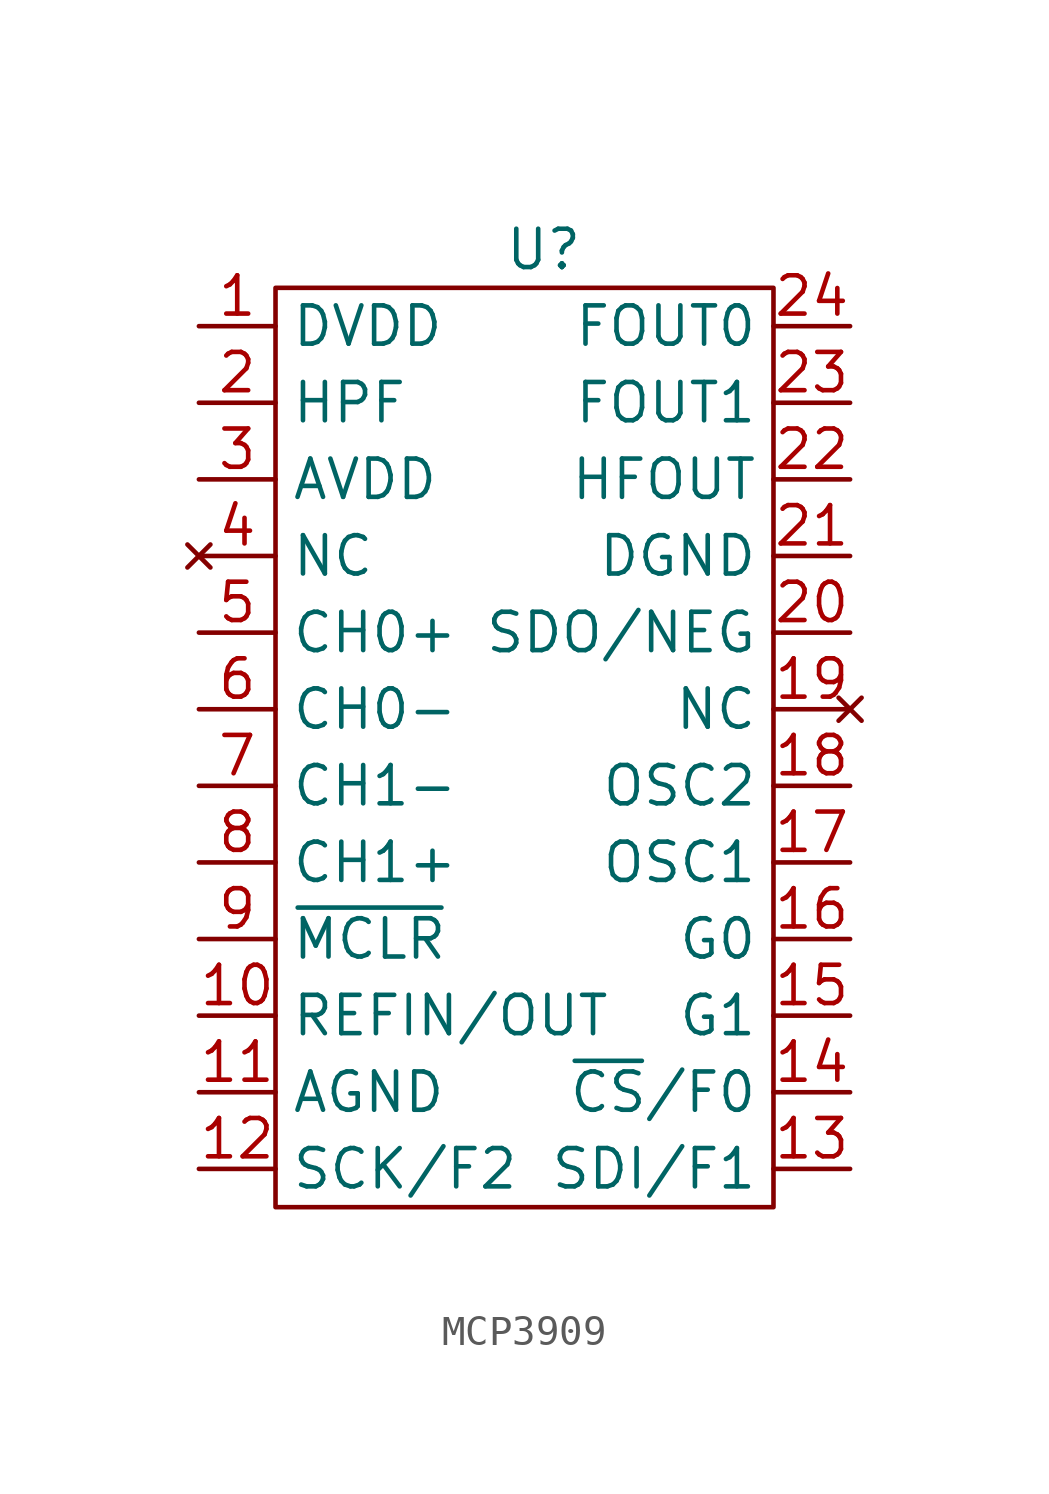
<source format=kicad_sym>
(kicad_symbol_lib
  (version 20220914)
  (generator kicad_symbol_editor)
  (symbol "MCP3909"
    (property "Reference" "U"
      (at 0 0 0)
      (effects (font (size 1.27 1.27))))
    (property "Value" ""
      (at 0 0 0)
      (effects (font (size 1.27 1.27))))
    (symbol "MCP3909_0_1"
      (rectangle (start -8.89 -1.27) (end 7.62 -31.75) (stroke (width 0) (type default)) (fill (type none))))
    (symbol "MCP3909_1_1"
      (pin power_in line (at -11.43 -2.54 0) (length 2.54) (name "DVDD" (effects (font (size 1.27 1.27)))) (number "1" (effects (font (size 1.27 1.27)))))
      (pin bidirectional line (at -11.43 -25.4 0) (length 2.54) (name "REFIN/OUT" (effects (font (size 1.27 1.27)))) (number "10" (effects (font (size 1.27 1.27)))))
      (pin power_in line (at -11.43 -27.94 0) (length 2.54) (name "AGND" (effects (font (size 1.27 1.27)))) (number "11" (effects (font (size 1.27 1.27)))))
      (pin input line (at -11.43 -30.48 0) (length 2.54) (name "SCK/F2" (effects (font (size 1.27 1.27)))) (number "12" (effects (font (size 1.27 1.27)))))
      (pin input line (at 10.16 -30.48 180) (length 2.54) (name "SDI/F1" (effects (font (size 1.27 1.27)))) (number "13" (effects (font (size 1.27 1.27)))))
      (pin input line (at 10.16 -27.94 180) (length 2.54) (name "~{CS}/F0" (effects (font (size 1.27 1.27)))) (number "14" (effects (font (size 1.27 1.27)))))
      (pin input line (at 10.16 -25.4 180) (length 2.54) (name "G1" (effects (font (size 1.27 1.27)))) (number "15" (effects (font (size 1.27 1.27)))))
      (pin input line (at 10.16 -22.86 180) (length 2.54) (name "G0" (effects (font (size 1.27 1.27)))) (number "16" (effects (font (size 1.27 1.27)))))
      (pin input line (at 10.16 -20.32 180) (length 2.54) (name "OSC1" (effects (font (size 1.27 1.27)))) (number "17" (effects (font (size 1.27 1.27)))))
      (pin output line (at 10.16 -17.78 180) (length 2.54) (name "OSC2" (effects (font (size 1.27 1.27)))) (number "18" (effects (font (size 1.27 1.27)))))
      (pin no_connect line (at 10.16 -15.24 180) (length 2.54) (name "NC" (effects (font (size 1.27 1.27)))) (number "19" (effects (font (size 1.27 1.27)))))
      (pin input line (at -11.43 -5.08 0) (length 2.54) (name "HPF" (effects (font (size 1.27 1.27)))) (number "2" (effects (font (size 1.27 1.27)))))
      (pin output line (at 10.16 -12.7 180) (length 2.54) (name "SDO/NEG" (effects (font (size 1.27 1.27)))) (number "20" (effects (font (size 1.27 1.27)))))
      (pin power_in line (at 10.16 -10.16 180) (length 2.54) (name "DGND" (effects (font (size 1.27 1.27)))) (number "21" (effects (font (size 1.27 1.27)))))
      (pin output line (at 10.16 -7.62 180) (length 2.54) (name "HFOUT" (effects (font (size 1.27 1.27)))) (number "22" (effects (font (size 1.27 1.27)))))
      (pin output line (at 10.16 -5.08 180) (length 2.54) (name "FOUT1" (effects (font (size 1.27 1.27)))) (number "23" (effects (font (size 1.27 1.27)))))
      (pin output line (at 10.16 -2.54 180) (length 2.54) (name "FOUT0" (effects (font (size 1.27 1.27)))) (number "24" (effects (font (size 1.27 1.27)))))
      (pin power_in line (at -11.43 -7.62 0) (length 2.54) (name "AVDD" (effects (font (size 1.27 1.27)))) (number "3" (effects (font (size 1.27 1.27)))))
      (pin no_connect line (at -11.43 -10.16 0) (length 2.54) (name "NC" (effects (font (size 1.27 1.27)))) (number "4" (effects (font (size 1.27 1.27)))))
      (pin input line (at -11.43 -12.7 0) (length 2.54) (name "CH0+" (effects (font (size 1.27 1.27)))) (number "5" (effects (font (size 1.27 1.27)))))
      (pin input line (at -11.43 -15.24 0) (length 2.54) (name "CH0-" (effects (font (size 1.27 1.27)))) (number "6" (effects (font (size 1.27 1.27)))))
      (pin input line (at -11.43 -17.78 0) (length 2.54) (name "CH1-" (effects (font (size 1.27 1.27)))) (number "7" (effects (font (size 1.27 1.27)))))
      (pin input line (at -11.43 -20.32 0) (length 2.54) (name "CH1+" (effects (font (size 1.27 1.27)))) (number "8" (effects (font (size 1.27 1.27)))))
      (pin input line (at -11.43 -22.86 0) (length 2.54) (name "~{MCLR}" (effects (font (size 1.27 1.27)))) (number "9" (effects (font (size 1.27 1.27))))))))
</source>
